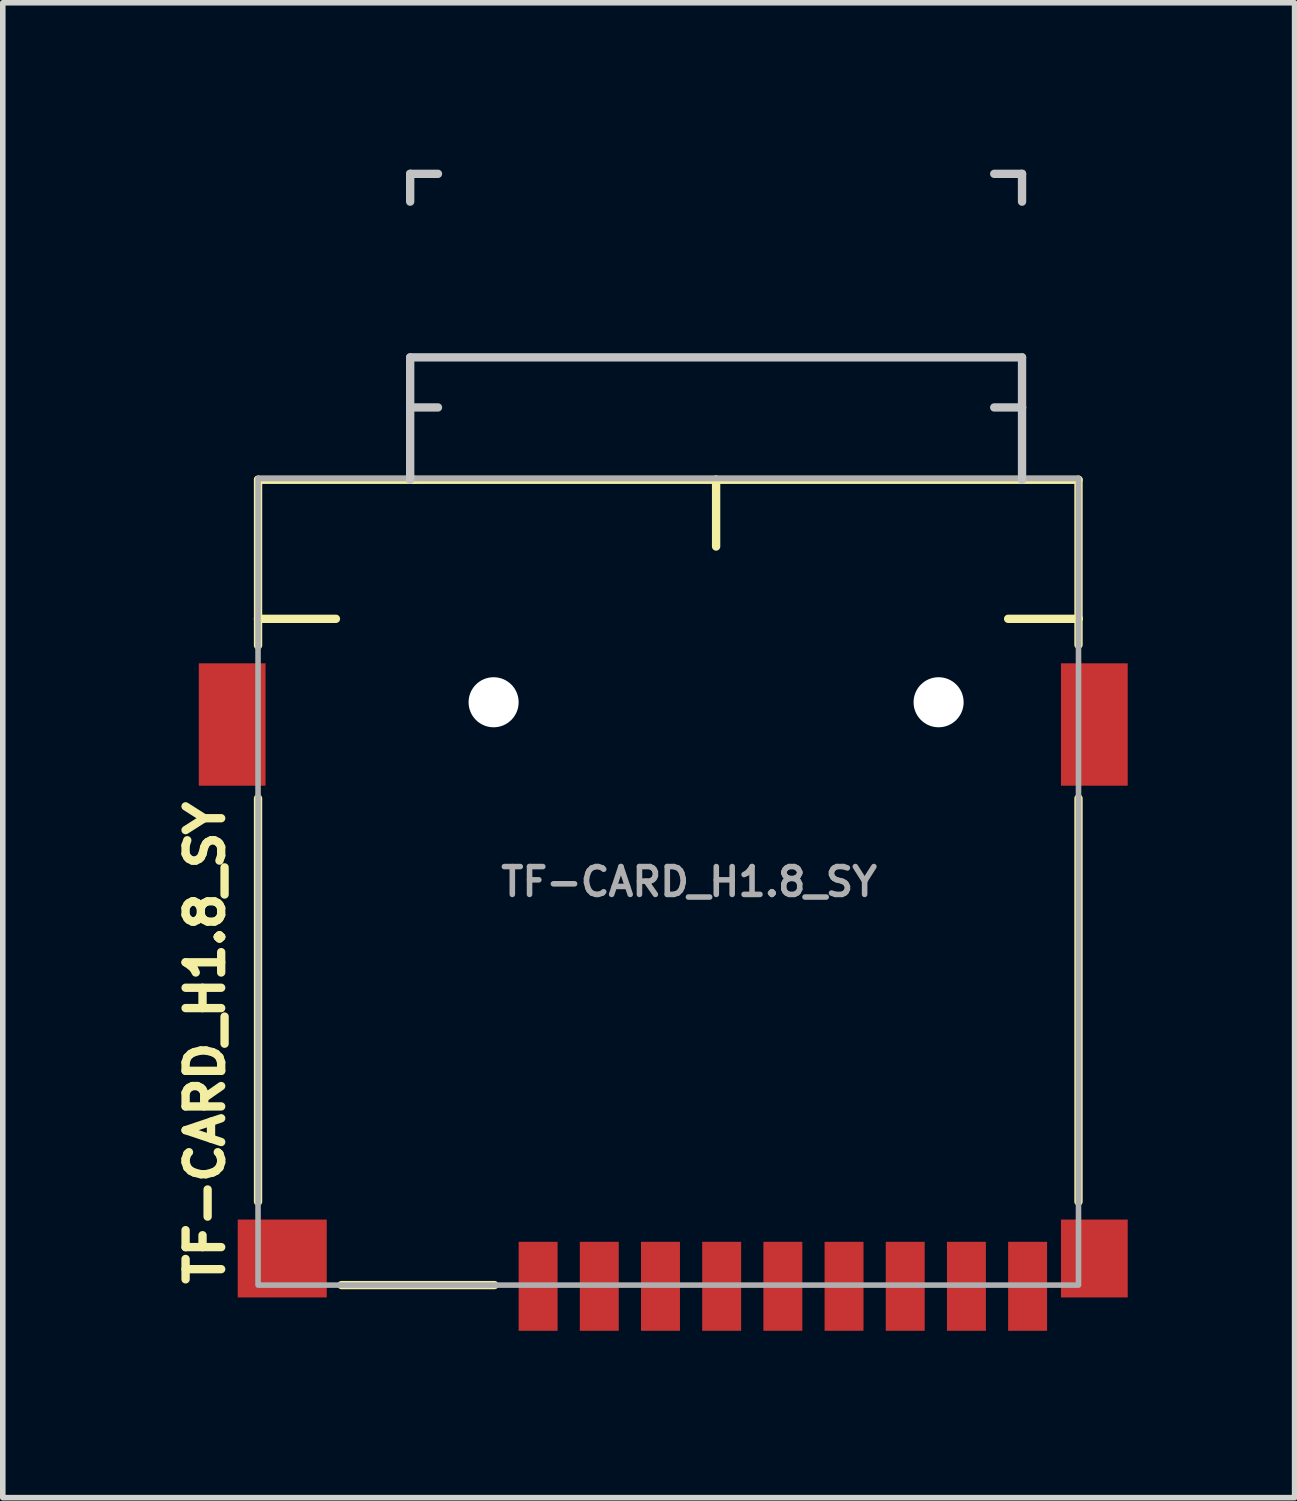
<source format=kicad_pcb>
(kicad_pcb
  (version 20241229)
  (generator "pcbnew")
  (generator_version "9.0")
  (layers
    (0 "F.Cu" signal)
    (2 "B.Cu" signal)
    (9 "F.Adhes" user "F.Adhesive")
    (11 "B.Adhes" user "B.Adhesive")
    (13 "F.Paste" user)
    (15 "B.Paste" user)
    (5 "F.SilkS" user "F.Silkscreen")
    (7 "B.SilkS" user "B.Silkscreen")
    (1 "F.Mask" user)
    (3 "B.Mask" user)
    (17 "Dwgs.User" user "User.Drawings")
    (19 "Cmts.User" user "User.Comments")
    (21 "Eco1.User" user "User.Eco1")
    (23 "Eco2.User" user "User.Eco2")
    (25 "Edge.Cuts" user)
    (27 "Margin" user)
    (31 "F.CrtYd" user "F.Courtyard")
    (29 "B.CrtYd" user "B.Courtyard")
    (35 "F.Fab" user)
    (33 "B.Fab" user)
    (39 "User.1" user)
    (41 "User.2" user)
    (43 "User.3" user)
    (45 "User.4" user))
  (footprint "TF-CARD_H1.8_SY"
    (layer "F.Cu")
    (at 9.839 13.053)
    (property "Reference" "TF-CARD_H1.8_SY" (at -9.201 2.645 270) (layer "F.SilkS") (effects (font (size 0.64 0.64) (thickness 0.15))))
    (attr smd)
    (fp_line (start -8.25 -7.478) (end -8.25 -4.978) (stroke (width 0.15) (type solid)) (layer "F.SilkS"))
    (fp_line (start -8.25 -4.978) (end -8.25 -4.5) (stroke (width 0.15) (type default)) (layer "F.SilkS"))
    (fp_line (start -8.25 -1.75) (end -8.25 5.5) (stroke (width 0.15) (type default)) (layer "F.SilkS"))
    (fp_line (start -6.85 -4.978) (end -8.25 -4.978) (stroke (width 0.15) (type solid)) (layer "F.SilkS"))
    (fp_line (start -6.75 7) (end -4 7) (stroke (width 0.15) (type default)) (layer "F.SilkS"))
    (fp_line (start -5.45 -7.478) (end -8.25 -7.478) (stroke (width 0.15) (type solid)) (layer "F.SilkS"))
    (fp_line (start -0.015 -7.478) (end -5.515 -7.478) (stroke (width 0.15) (type solid)) (layer "F.SilkS"))
    (fp_line (start -0.015 -6.278) (end -0.015 -7.478) (stroke (width 0.15) (type solid)) (layer "F.SilkS"))
    (fp_line (start 5.235 -4.978) (end 6.5 -4.978) (stroke (width 0.15) (type solid)) (layer "F.SilkS"))
    (fp_line (start 5.485 -7.478) (end -0.015 -7.478) (stroke (width 0.15) (type solid)) (layer "F.SilkS"))
    (fp_line (start 6.5 -7.478) (end 5.485 -7.478) (stroke (width 0.15) (type solid)) (layer "F.SilkS"))
    (fp_line (start 6.5 -7.478) (end 6.5 -4.978) (stroke (width 0.15) (type solid)) (layer "F.SilkS"))
    (fp_line (start 6.5 -4.989) (end 6.5 -4.511) (stroke (width 0.15) (type default)) (layer "F.SilkS"))
    (fp_line (start 6.5 -1.75) (end 6.5 5.5) (stroke (width 0.15) (type default)) (layer "F.SilkS"))
    (fp_line (start -5.515 -12.978) (end -5.515 -12.478) (stroke (width 0.15) (type solid)) (layer "Dwgs.User"))
    (fp_line (start -5.515 -9.678) (end -5.515 -8.778) (stroke (width 0.15) (type solid)) (layer "Dwgs.User"))
    (fp_line (start -5.515 -8.778) (end -5.515 -7.478) (stroke (width 0.15) (type solid)) (layer "Dwgs.User"))
    (fp_line (start -5.015 -12.978) (end -5.515 -12.978) (stroke (width 0.15) (type solid)) (layer "Dwgs.User"))
    (fp_line (start -5.015 -8.778) (end -5.515 -8.778) (stroke (width 0.15) (type solid)) (layer "Dwgs.User"))
    (fp_line (start 4.985 -12.978) (end 5.485 -12.978) (stroke (width 0.15) (type solid)) (layer "Dwgs.User"))
    (fp_line (start 4.985 -8.778) (end 5.485 -8.778) (stroke (width 0.15) (type solid)) (layer "Dwgs.User"))
    (fp_line (start 5.485 -12.978) (end 5.485 -12.478) (stroke (width 0.15) (type solid)) (layer "Dwgs.User"))
    (fp_line (start 5.485 -9.678) (end -5.515 -9.678) (stroke (width 0.15) (type solid)) (layer "Dwgs.User"))
    (fp_line (start 5.485 -9.678) (end 5.485 -8.778) (stroke (width 0.15) (type solid)) (layer "Dwgs.User"))
    (fp_line (start 5.485 -8.778) (end 5.485 -7.478) (stroke (width 0.15) (type solid)) (layer "Dwgs.User"))
    (fp_rect (start -8.25 -7.5) (end 6.5 7) (stroke (width 0.1) (type solid)) (fill no) (layer "F.Fab"))
    (fp_text user "${REFERENCE}" (at -0.5 -0.25 0) (layer "F.Fab") (effects (font (size 0.5 0.5) (thickness 0.1))))
    (pad "" np_thru_hole circle (at -4.015 -3.478) (size 0.9 0.9) (drill 0.9) (layers "*.Cu" "*.Mask"))
    (pad "" np_thru_hole circle (at 3.985 -3.478) (size 0.9 0.9) (drill 0.9) (layers "*.Cu" "*.Mask"))
    (pad "1" smd rect (at -3.215 7.022) (size 0.7 1.6) (layers "F.Cu" "F.Mask" "F.Paste"))
    (pad "2" smd rect (at -2.115 7.022) (size 0.7 1.6) (layers "F.Cu" "F.Mask" "F.Paste"))
    (pad "3" smd rect (at -1.015 7.022) (size 0.7 1.6) (layers "F.Cu" "F.Mask" "F.Paste"))
    (pad "4" smd rect (at 0.085 7.022) (size 0.7 1.6) (layers "F.Cu" "F.Mask" "F.Paste"))
    (pad "5" smd rect (at 1.185 7.022) (size 0.7 1.6) (layers "F.Cu" "F.Mask" "F.Paste"))
    (pad "6" smd rect (at 2.285 7.022) (size 0.7 1.6) (layers "F.Cu" "F.Mask" "F.Paste"))
    (pad "7" smd rect (at 3.385 7.022) (size 0.7 1.6) (layers "F.Cu" "F.Mask" "F.Paste"))
    (pad "8" smd rect (at 4.485 7.022) (size 0.7 1.6) (layers "F.Cu" "F.Mask" "F.Paste"))
    (pad "9" smd rect (at 5.585 7.022) (size 0.7 1.6) (layers "F.Cu" "F.Mask" "F.Paste"))
    (pad "10" smd rect (at 6.785 6.522) (size 1.2 1.4) (layers "F.Cu" "F.Mask" "F.Paste"))
    (pad "11" smd rect (at 6.785 -3.078) (size 1.2 2.2) (layers "F.Cu" "F.Mask" "F.Paste"))
    (pad "12" smd rect (at -8.715 -3.078) (size 1.2 2.2) (layers "F.Cu" "F.Mask" "F.Paste"))
    (pad "13" smd rect (at -7.815 6.522) (size 1.6 1.4) (layers "F.Cu" "F.Mask" "F.Paste")))
  (gr_rect
    (start -3 -3)
    (end 20.224 23.875)
    (stroke (width 0.1) (type default))
    (fill no)
    (layer "Edge.Cuts")))
</source>
